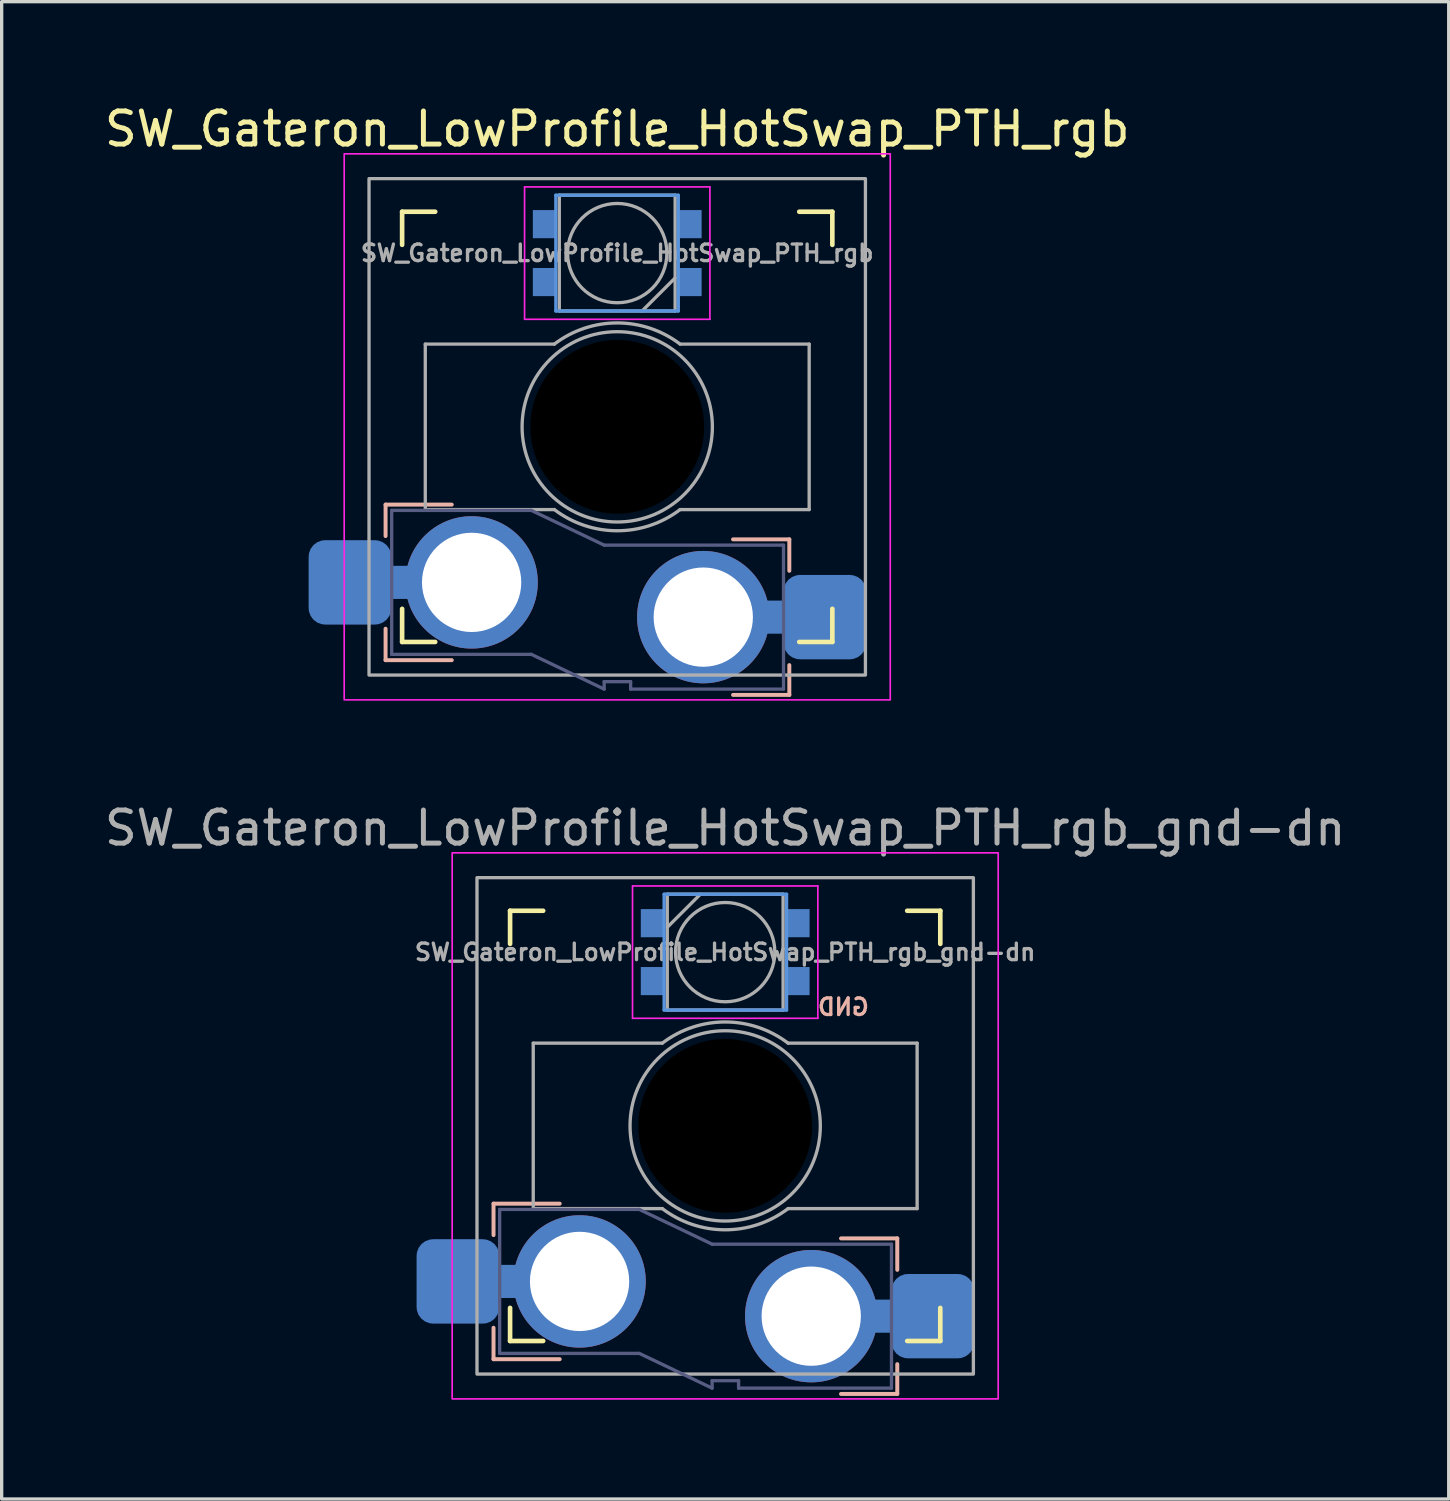
<source format=kicad_pcb>
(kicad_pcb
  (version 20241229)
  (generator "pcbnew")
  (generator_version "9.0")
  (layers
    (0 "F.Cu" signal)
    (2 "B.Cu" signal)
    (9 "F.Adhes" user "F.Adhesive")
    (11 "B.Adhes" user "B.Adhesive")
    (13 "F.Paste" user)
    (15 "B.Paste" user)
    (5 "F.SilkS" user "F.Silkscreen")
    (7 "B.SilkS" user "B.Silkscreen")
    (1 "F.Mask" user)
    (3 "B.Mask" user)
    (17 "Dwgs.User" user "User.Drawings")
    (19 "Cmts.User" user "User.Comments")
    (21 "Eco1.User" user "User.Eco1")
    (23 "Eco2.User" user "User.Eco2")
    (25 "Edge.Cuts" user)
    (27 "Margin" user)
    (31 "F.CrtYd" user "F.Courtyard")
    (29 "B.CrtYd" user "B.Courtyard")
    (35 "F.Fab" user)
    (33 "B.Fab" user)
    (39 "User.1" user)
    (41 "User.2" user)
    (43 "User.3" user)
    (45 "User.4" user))
  (footprint "SW_Gateron_LowProfile_HotSwap_PTH_rgb_gnd-dn"
    (layer "F.Cu")
    (at 18.863 30.971)
    (property "Reference" "SW_Gateron_LowProfile_HotSwap_PTH_rgb_gnd-dn" (at 0 -9 0) (unlocked yes) (layer "F.Fab") (effects (font (size 1 1) (thickness 0.15))))
    (fp_line (start -6.5 -5.5) (end -6.5 -6.5) (stroke (width 0.14) (type solid)) (layer "F.SilkS"))
    (fp_line (start -6.5 6.5) (end -6.5 5.5) (stroke (width 0.14) (type solid)) (layer "F.SilkS"))
    (fp_line (start -6.5 6.5) (end -5.5 6.5) (stroke (width 0.14) (type solid)) (layer "F.SilkS"))
    (fp_line (start -5.5 -6.5) (end -6.5 -6.5) (stroke (width 0.14) (type solid)) (layer "F.SilkS"))
    (fp_line (start 5.5 6.5) (end 6.5 6.5) (stroke (width 0.14) (type solid)) (layer "F.SilkS"))
    (fp_line (start 6.5 -6.5) (end 5.5 -6.5) (stroke (width 0.14) (type solid)) (layer "F.SilkS"))
    (fp_line (start 6.5 -6.5) (end 6.5 -5.5) (stroke (width 0.14) (type solid)) (layer "F.SilkS"))
    (fp_line (start 6.5 5.5) (end 6.5 6.5) (stroke (width 0.14) (type solid)) (layer "F.SilkS"))
    (fp_line (start -7 2.35) (end -7 3.3) (stroke (width 0.12) (type solid)) (layer "B.SilkS"))
    (fp_line (start -7 2.35) (end -5 2.35) (stroke (width 0.12) (type solid)) (layer "B.SilkS"))
    (fp_line (start -7 7.05) (end -7 6.1) (stroke (width 0.12) (type solid)) (layer "B.SilkS"))
    (fp_line (start -7 7.05) (end -5 7.05) (stroke (width 0.12) (type solid)) (layer "B.SilkS"))
    (fp_line (start 5.2 3.4) (end 3.5 3.4) (stroke (width 0.12) (type solid)) (layer "B.SilkS"))
    (fp_line (start 5.2 3.4) (end 5.2 4.35) (stroke (width 0.12) (type solid)) (layer "B.SilkS"))
    (fp_line (start 5.2 8.1) (end 3.5 8.1) (stroke (width 0.12) (type solid)) (layer "B.SilkS"))
    (fp_line (start 5.2 8.1) (end 5.2 7.2) (stroke (width 0.12) (type solid)) (layer "B.SilkS"))
    (fp_line (start -1.845 -7) (end -1.845 -3.5) (stroke (width 0.1) (type solid)) (layer "Cmts.User"))
    (fp_line (start -1.845 -7) (end 1.855 -7) (stroke (width 0.1) (type solid)) (layer "Cmts.User"))
    (fp_line (start -1.845 -3.5) (end 1.855 -3.5) (stroke (width 0.1) (type solid)) (layer "Cmts.User"))
    (fp_line (start 1.855 -7) (end 1.855 -3.5) (stroke (width 0.1) (type solid)) (layer "Cmts.User"))
    (fp_line (start -1.85 -7) (end 1.85 -7) (stroke (width 0.05) (type default)) (layer "Edge.Cuts"))
    (fp_line (start -1.85 -3.5) (end -1.85 -7) (stroke (width 0.05) (type default)) (layer "Edge.Cuts"))
    (fp_line (start 1.85 -7) (end 1.85 -3.5) (stroke (width 0.05) (type default)) (layer "Edge.Cuts"))
    (fp_line (start 1.85 -3.5) (end -1.85 -3.5) (stroke (width 0.05) (type default)) (layer "Edge.Cuts"))
    (fp_line (start -2.8 -7.25) (end 2.8 -7.25) (stroke (width 0.05) (type solid)) (layer "F.CrtYd"))
    (fp_line (start -2.8 -3.25) (end -2.8 -7.25) (stroke (width 0.05) (type solid)) (layer "F.CrtYd"))
    (fp_line (start 2.8 -7.25) (end 2.8 -3.25) (stroke (width 0.05) (type solid)) (layer "F.CrtYd"))
    (fp_line (start 2.8 -3.25) (end -2.8 -3.25) (stroke (width 0.05) (type solid)) (layer "F.CrtYd"))
    (fp_rect (start 8.25 -8.25) (end -8.25 8.25) (stroke (width 0.05) (type solid)) (fill no) (layer "F.CrtYd"))
    (fp_line (start -6.815 2.525) (end -6.815 6.875) (stroke (width 0.1) (type solid)) (layer "B.Fab"))
    (fp_line (start -6.815 2.525) (end -2.595 2.525) (stroke (width 0.1) (type solid)) (layer "B.Fab"))
    (fp_line (start -6.815 6.875) (end -2.595 6.875) (stroke (width 0.1) (type solid)) (layer "B.Fab"))
    (fp_line (start -2.595 2.525) (end -0.395 3.575) (stroke (width 0.1) (type solid)) (layer "B.Fab"))
    (fp_line (start -2.595 6.875) (end -0.395 7.925) (stroke (width 0.1) (type solid)) (layer "B.Fab"))
    (fp_line (start -0.395 7.7) (end -0.395 7.925) (stroke (width 0.1) (type solid)) (layer "B.Fab"))
    (fp_line (start 0.405 7.7) (end -0.395 7.7) (stroke (width 0.1) (type solid)) (layer "B.Fab"))
    (fp_line (start 0.405 7.925) (end 0.405 7.7) (stroke (width 0.1) (type solid)) (layer "B.Fab"))
    (fp_line (start 5.025 3.575) (end -0.395 3.575) (stroke (width 0.1) (type solid)) (layer "B.Fab"))
    (fp_line (start 5.025 3.575) (end 5.025 7.925) (stroke (width 0.1) (type solid)) (layer "B.Fab"))
    (fp_line (start 5.025 7.925) (end 0.405 7.925) (stroke (width 0.1) (type solid)) (layer "B.Fab"))
    (fp_line (start -5.8 -2.5) (end -1.9 -2.5) (stroke (width 0.1) (type default)) (layer "F.Fab"))
    (fp_line (start -5.8 2.5) (end -5.8 -2.5) (stroke (width 0.1) (type default)) (layer "F.Fab"))
    (fp_line (start -1.9 2.5) (end -5.8 2.5) (stroke (width 0.1) (type default)) (layer "F.Fab"))
    (fp_line (start -1.75 -7) (end 1.75 -7) (stroke (width 0.1) (type solid)) (layer "F.Fab"))
    (fp_line (start -1.75 -3.5) (end -1.75 -7) (stroke (width 0.1) (type solid)) (layer "F.Fab"))
    (fp_line (start -0.75 -7) (end -1.75 -6) (stroke (width 0.1) (type solid)) (layer "F.Fab"))
    (fp_line (start 1.75 -7) (end 1.75 -3.5) (stroke (width 0.1) (type solid)) (layer "F.Fab"))
    (fp_line (start 1.75 -3.5) (end -1.75 -3.5) (stroke (width 0.1) (type solid)) (layer "F.Fab"))
    (fp_line (start 1.9 -2.5) (end 5.8 -2.5) (stroke (width 0.1) (type default)) (layer "F.Fab"))
    (fp_line (start 5.8 -2.5) (end 5.8 2.5) (stroke (width 0.1) (type default)) (layer "F.Fab"))
    (fp_line (start 5.8 2.5) (end 1.9 2.5) (stroke (width 0.1) (type default)) (layer "F.Fab"))
    (fp_rect (start 7.5 -7.5) (end -7.5 7.5) (stroke (width 0.1) (type solid)) (fill no) (layer "F.Fab"))
    (fp_arc (start -1.9 -2.499999) (mid 0 -3.140063) (end 1.9 -2.499999) (stroke (width 0.1) (type default)) (layer "F.Fab"))
    (fp_arc (start 1.9 2.499999) (mid 0 3.140063) (end -1.9 2.499999) (stroke (width 0.1) (type default)) (layer "F.Fab"))
    (fp_circle (center 0 -5.25) (end 0 -3.75) (stroke (width 0.1) (type solid)) (fill no) (layer "F.Fab"))
    (fp_circle (center 0 0) (end 2.875 0) (stroke (width 0.1) (type default)) (fill no) (layer "F.Fab"))
    (fp_poly (pts (xy -2.05 -0.64) (xy -0.6 -0.64) (xy -0.6 -2) (xy 0.5 -2) (xy 0.5 -0.64) (xy 1.95 -0.64) (xy 1.95 0.64) (xy 0.5 0.64) (xy 0.5 2) (xy -0.6 2) (xy -0.6 0.64) (xy -2.05 0.64)) (stroke (width 0.1) (type solid)) (fill no) (layer "F.Fab"))
    (fp_text user "GND" (at 4.4 -3.3 0) (unlocked yes) (layer "B.SilkS") (effects (font (size 0.5 0.5) (thickness 0.1)) (justify left bottom mirror)))
    (fp_text user "${REFERENCE}" (at 0 -5.25 0) (layer "F.Fab") (effects (font (size 0.5 0.5) (thickness 0.1))))
    (pad "" np_thru_hole circle (at 0 0) (size 5.25 5.25) (drill 5.25) (layers "*.Mask"))
    (pad "1" smd roundrect (at -8.075 4.7) (size 2.5 2.55) (layers "B.Cu" "B.Mask" "B.Paste") (roundrect_rratio 0.2))
    (pad "1" smd rect (at -6.35 4.7) (size 3.9 1) (layers "B.Cu"))
    (pad "1" thru_hole circle (at -4.4 4.7) (size 4 4) (drill 3) (layers "*.Cu" "B.Mask"))
    (pad "1" smd rect (at -2.2 -6.125) (size 0.7 0.85) (layers "B.Cu" "B.Mask" "B.Paste"))
    (pad "2" smd rect (at -2.2 -4.375) (size 0.7 0.85) (layers "B.Cu" "B.Mask" "B.Paste"))
    (pad "2" thru_hole circle (at 2.6 5.75) (size 4 4) (drill 3) (layers "*.Cu" "B.Mask"))
    (pad "2" smd rect (at 4.475 5.75) (size 3.75 1) (layers "B.Cu"))
    (pad "2" smd roundrect (at 6.275 5.75) (size 2.5 2.55) (layers "B.Cu" "B.Mask" "B.Paste") (roundrect_rratio 0.2))
    (pad "3" smd rect (at 2.2 -4.375) (size 0.7 0.85) (layers "B.Cu" "B.Mask" "B.Paste"))
    (pad "4" smd rect (at 2.2 -6.125) (size 0.7 0.85) (layers "B.Cu" "B.Mask" "B.Paste")))
  (footprint "SW_Gateron_LowProfile_HotSwap_PTH_rgb"
    (layer "F.Cu")
    (at 15.601 9.848)
    (property "Reference" "SW_Gateron_LowProfile_HotSwap_PTH_rgb" (at 0 -9 0) (unlocked yes) (layer "F.SilkS") (effects (font (size 1 1) (thickness 0.15))))
    (fp_line (start -6.5 -5.5) (end -6.5 -6.5) (stroke (width 0.14) (type solid)) (layer "F.SilkS"))
    (fp_line (start -6.5 6.5) (end -6.5 5.5) (stroke (width 0.14) (type solid)) (layer "F.SilkS"))
    (fp_line (start -6.5 6.5) (end -5.5 6.5) (stroke (width 0.14) (type solid)) (layer "F.SilkS"))
    (fp_line (start -5.5 -6.5) (end -6.5 -6.5) (stroke (width 0.14) (type solid)) (layer "F.SilkS"))
    (fp_line (start 5.5 6.5) (end 6.5 6.5) (stroke (width 0.14) (type solid)) (layer "F.SilkS"))
    (fp_line (start 6.5 -6.5) (end 5.5 -6.5) (stroke (width 0.14) (type solid)) (layer "F.SilkS"))
    (fp_line (start 6.5 -6.5) (end 6.5 -5.5) (stroke (width 0.14) (type solid)) (layer "F.SilkS"))
    (fp_line (start 6.5 5.5) (end 6.5 6.5) (stroke (width 0.14) (type solid)) (layer "F.SilkS"))
    (fp_line (start -7 2.35) (end -7 3.3) (stroke (width 0.12) (type solid)) (layer "B.SilkS"))
    (fp_line (start -7 2.35) (end -5 2.35) (stroke (width 0.12) (type solid)) (layer "B.SilkS"))
    (fp_line (start -7 7.05) (end -7 6.1) (stroke (width 0.12) (type solid)) (layer "B.SilkS"))
    (fp_line (start -7 7.05) (end -5 7.05) (stroke (width 0.12) (type solid)) (layer "B.SilkS"))
    (fp_line (start 5.2 3.4) (end 3.5 3.4) (stroke (width 0.12) (type solid)) (layer "B.SilkS"))
    (fp_line (start 5.2 3.4) (end 5.2 4.35) (stroke (width 0.12) (type solid)) (layer "B.SilkS"))
    (fp_line (start 5.2 8.1) (end 3.5 8.1) (stroke (width 0.12) (type solid)) (layer "B.SilkS"))
    (fp_line (start 5.2 8.1) (end 5.2 7.2) (stroke (width 0.12) (type solid)) (layer "B.SilkS"))
    (fp_line (start -1.855 -3.5) (end -1.855 -7) (stroke (width 0.1) (type solid)) (layer "Cmts.User"))
    (fp_line (start 1.845 -7) (end -1.855 -7) (stroke (width 0.1) (type solid)) (layer "Cmts.User"))
    (fp_line (start 1.845 -3.5) (end -1.855 -3.5) (stroke (width 0.1) (type solid)) (layer "Cmts.User"))
    (fp_line (start 1.845 -3.5) (end 1.845 -7) (stroke (width 0.1) (type solid)) (layer "Cmts.User"))
    (fp_line (start -1.85 -7) (end 1.85 -7) (stroke (width 0.05) (type default)) (layer "Edge.Cuts"))
    (fp_line (start -1.85 -3.5) (end -1.85 -7) (stroke (width 0.05) (type default)) (layer "Edge.Cuts"))
    (fp_line (start 1.85 -7) (end 1.85 -3.5) (stroke (width 0.05) (type default)) (layer "Edge.Cuts"))
    (fp_line (start 1.85 -3.5) (end -1.85 -3.5) (stroke (width 0.05) (type default)) (layer "Edge.Cuts"))
    (fp_line (start -2.8 -7.25) (end 2.8 -7.25) (stroke (width 0.05) (type solid)) (layer "F.CrtYd"))
    (fp_line (start -2.8 -3.25) (end -2.8 -7.25) (stroke (width 0.05) (type solid)) (layer "F.CrtYd"))
    (fp_line (start 2.8 -7.25) (end 2.8 -3.25) (stroke (width 0.05) (type solid)) (layer "F.CrtYd"))
    (fp_line (start 2.8 -3.25) (end -2.8 -3.25) (stroke (width 0.05) (type solid)) (layer "F.CrtYd"))
    (fp_rect (start 8.25 -8.25) (end -8.25 8.25) (stroke (width 0.05) (type solid)) (fill no) (layer "F.CrtYd"))
    (fp_line (start -6.815 2.525) (end -6.815 6.875) (stroke (width 0.1) (type solid)) (layer "B.Fab"))
    (fp_line (start -6.815 2.525) (end -2.595 2.525) (stroke (width 0.1) (type solid)) (layer "B.Fab"))
    (fp_line (start -6.815 6.875) (end -2.595 6.875) (stroke (width 0.1) (type solid)) (layer "B.Fab"))
    (fp_line (start -2.595 2.525) (end -0.395 3.575) (stroke (width 0.1) (type solid)) (layer "B.Fab"))
    (fp_line (start -2.595 6.875) (end -0.395 7.925) (stroke (width 0.1) (type solid)) (layer "B.Fab"))
    (fp_line (start -0.395 7.7) (end -0.395 7.925) (stroke (width 0.1) (type solid)) (layer "B.Fab"))
    (fp_line (start 0.405 7.7) (end -0.395 7.7) (stroke (width 0.1) (type solid)) (layer "B.Fab"))
    (fp_line (start 0.405 7.925) (end 0.405 7.7) (stroke (width 0.1) (type solid)) (layer "B.Fab"))
    (fp_line (start 5.025 3.575) (end -0.395 3.575) (stroke (width 0.1) (type solid)) (layer "B.Fab"))
    (fp_line (start 5.025 3.575) (end 5.025 7.925) (stroke (width 0.1) (type solid)) (layer "B.Fab"))
    (fp_line (start 5.025 7.925) (end 0.405 7.925) (stroke (width 0.1) (type solid)) (layer "B.Fab"))
    (fp_line (start -5.8 -2.5) (end -1.9 -2.5) (stroke (width 0.1) (type default)) (layer "F.Fab"))
    (fp_line (start -5.8 2.5) (end -5.8 -2.5) (stroke (width 0.1) (type default)) (layer "F.Fab"))
    (fp_line (start -1.9 2.5) (end -5.8 2.5) (stroke (width 0.1) (type default)) (layer "F.Fab"))
    (fp_line (start -1.75 -7) (end 1.75 -7) (stroke (width 0.1) (type solid)) (layer "F.Fab"))
    (fp_line (start -1.75 -3.5) (end -1.75 -7) (stroke (width 0.1) (type solid)) (layer "F.Fab"))
    (fp_line (start 0.75 -3.5) (end 1.75 -4.5) (stroke (width 0.1) (type solid)) (layer "F.Fab"))
    (fp_line (start 1.75 -7) (end 1.75 -3.5) (stroke (width 0.1) (type solid)) (layer "F.Fab"))
    (fp_line (start 1.75 -3.5) (end -1.75 -3.5) (stroke (width 0.1) (type solid)) (layer "F.Fab"))
    (fp_line (start 1.9 -2.5) (end 5.8 -2.5) (stroke (width 0.1) (type default)) (layer "F.Fab"))
    (fp_line (start 5.8 -2.5) (end 5.8 2.5) (stroke (width 0.1) (type default)) (layer "F.Fab"))
    (fp_line (start 5.8 2.5) (end 1.9 2.5) (stroke (width 0.1) (type default)) (layer "F.Fab"))
    (fp_rect (start 7.5 -7.5) (end -7.5 7.5) (stroke (width 0.1) (type solid)) (fill no) (layer "F.Fab"))
    (fp_arc (start -1.9 -2.499999) (mid 0 -3.140063) (end 1.9 -2.499999) (stroke (width 0.1) (type default)) (layer "F.Fab"))
    (fp_arc (start 1.9 2.499999) (mid 0 3.140063) (end -1.9 2.499999) (stroke (width 0.1) (type default)) (layer "F.Fab"))
    (fp_circle (center 0 -5.25) (end 0 -6.75) (stroke (width 0.1) (type solid)) (fill no) (layer "F.Fab"))
    (fp_circle (center 0 0) (end 2.875 0) (stroke (width 0.1) (type default)) (fill no) (layer "F.Fab"))
    (fp_poly (pts (xy -2.05 -0.64) (xy -0.6 -0.64) (xy -0.6 -2) (xy 0.5 -2) (xy 0.5 -0.64) (xy 1.95 -0.64) (xy 1.95 0.64) (xy 0.5 0.64) (xy 0.5 2) (xy -0.6 2) (xy -0.6 0.64) (xy -2.05 0.64)) (stroke (width 0.1) (type solid)) (fill no) (layer "F.Fab"))
    (fp_text user "${REFERENCE}" (at 0 -5.25 180) (layer "F.Fab") (effects (font (size 0.5 0.5) (thickness 0.1))))
    (pad "" np_thru_hole circle (at 0 0) (size 5.25 5.25) (drill 5.25) (layers "*.Mask"))
    (pad "1" smd roundrect (at -8.075 4.7) (size 2.5 2.55) (layers "B.Cu" "B.Mask" "B.Paste") (roundrect_rratio 0.2))
    (pad "1" smd rect (at -6.35 4.7) (size 3.9 1) (layers "B.Cu"))
    (pad "1" thru_hole circle (at -4.4 4.7) (size 4 4) (drill 3) (layers "*.Cu" "B.Mask"))
    (pad "1" smd rect (at 2.2 -4.375 180) (size 0.7 0.85) (layers "B.Cu" "B.Mask" "B.Paste"))
    (pad "2" smd rect (at 2.2 -6.125 180) (size 0.7 0.85) (layers "B.Cu" "B.Mask" "B.Paste"))
    (pad "2" thru_hole circle (at 2.6 5.75) (size 4 4) (drill 3) (layers "*.Cu" "B.Mask"))
    (pad "2" smd rect (at 4.475 5.75) (size 3.75 1) (layers "B.Cu"))
    (pad "2" smd roundrect (at 6.275 5.75) (size 2.5 2.55) (layers "B.Cu" "B.Mask" "B.Paste") (roundrect_rratio 0.2))
    (pad "3" smd rect (at -2.2 -6.125 180) (size 0.7 0.85) (layers "B.Cu" "B.Mask" "B.Paste"))
    (pad "4" smd rect (at -2.2 -4.375 180) (size 0.7 0.85) (layers "B.Cu" "B.Mask" "B.Paste")))
  (gr_rect
    (start -3 -3)
    (end 40.726 42.246)
    (stroke (width 0.1) (type default))
    (fill no)
    (layer "Edge.Cuts")))
</source>
